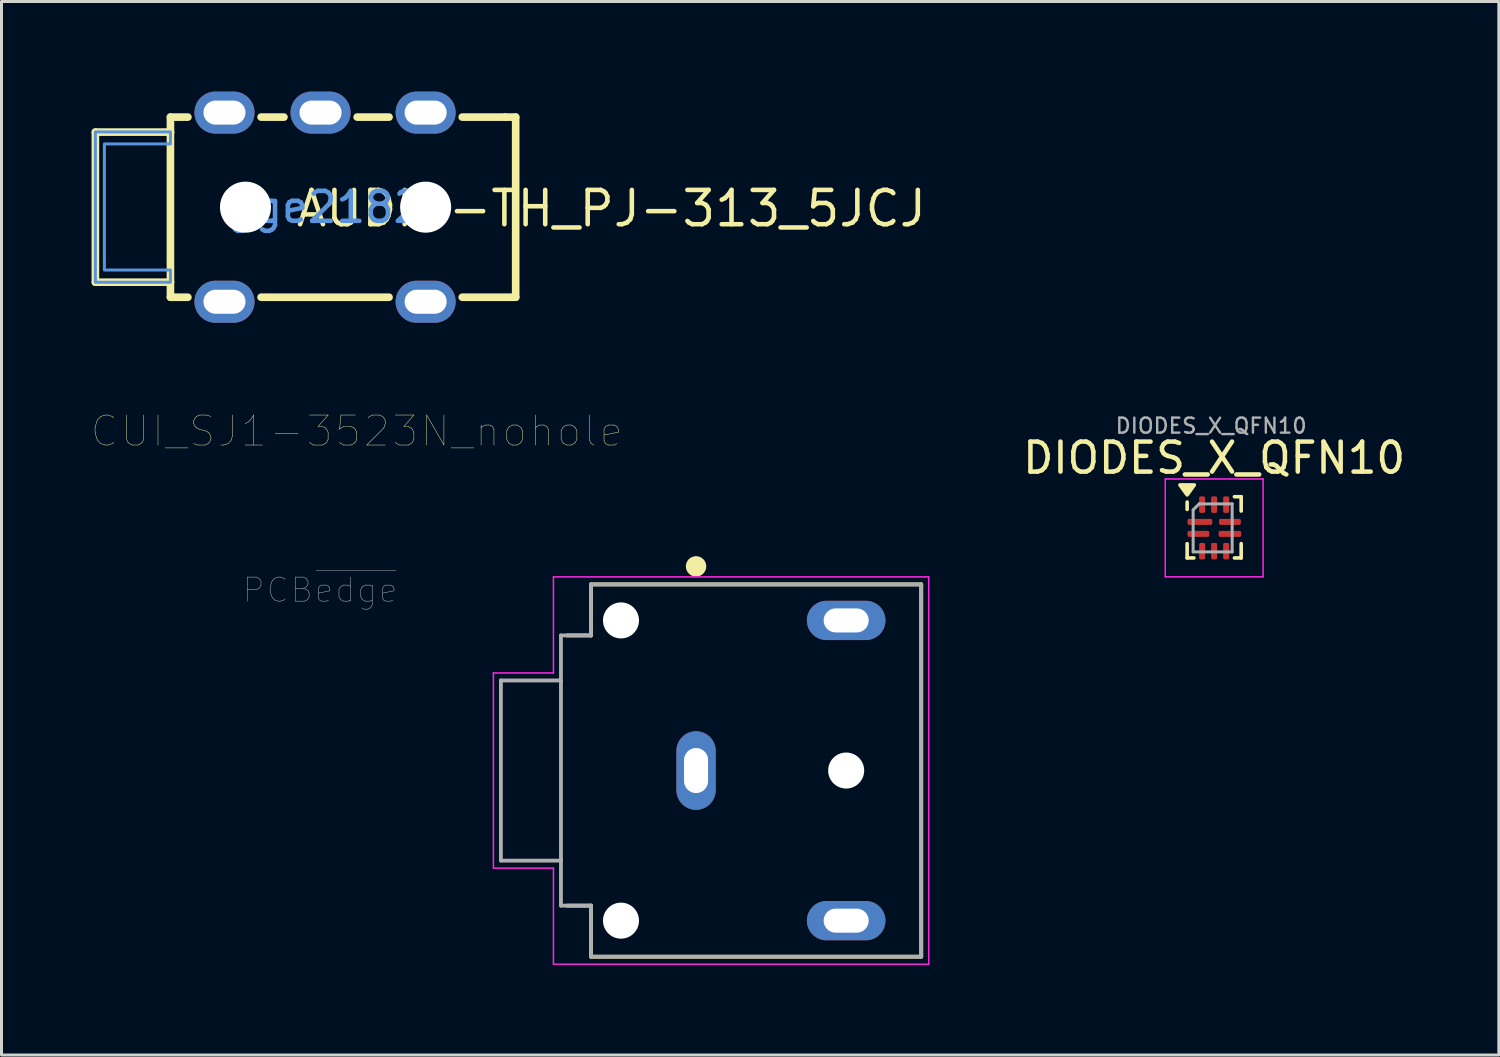
<source format=kicad_pcb>
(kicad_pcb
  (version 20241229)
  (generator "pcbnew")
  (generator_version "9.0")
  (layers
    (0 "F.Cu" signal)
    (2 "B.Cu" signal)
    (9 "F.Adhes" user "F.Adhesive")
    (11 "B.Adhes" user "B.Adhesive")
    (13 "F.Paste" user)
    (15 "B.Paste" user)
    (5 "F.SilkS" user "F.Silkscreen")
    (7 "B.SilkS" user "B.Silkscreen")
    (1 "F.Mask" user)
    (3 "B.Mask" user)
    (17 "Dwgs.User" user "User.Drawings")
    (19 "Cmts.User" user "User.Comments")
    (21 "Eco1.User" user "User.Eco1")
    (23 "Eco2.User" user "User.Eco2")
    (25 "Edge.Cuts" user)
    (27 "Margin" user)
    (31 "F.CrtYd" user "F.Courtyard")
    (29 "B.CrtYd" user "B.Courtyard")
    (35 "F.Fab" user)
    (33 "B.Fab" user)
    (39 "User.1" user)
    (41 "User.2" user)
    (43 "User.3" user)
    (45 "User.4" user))
  (footprint "DIODES_X_QFN10"
    (layer "F.Cu")
    (at 37.391 14.533)
    (property "Reference" "DIODES_X_QFN10" (at 0 -2.33 0) (layer "F.SilkS") (effects (font (size 1 1) (thickness 0.15))))
    (attr smd)
    (fp_line (start -0.9 -0.615) (end -0.9 -0.86) (stroke (width 0.12) (type solid)) (layer "F.SilkS"))
    (fp_line (start -0.9 1) (end -0.9 0.525) (stroke (width 0.12) (type solid)) (layer "F.SilkS"))
    (fp_line (start -0.675 1) (end -0.9 1) (stroke (width 0.12) (type solid)) (layer "F.SilkS"))
    (fp_line (start 0.675 -1.038) (end 0.9 -1.038) (stroke (width 0.12) (type solid)) (layer "F.SilkS"))
    (fp_line (start 0.675 1) (end 0.9 1) (stroke (width 0.12) (type solid)) (layer "F.SilkS"))
    (fp_line (start 0.9 -1.038) (end 0.9 -0.562) (stroke (width 0.12) (type solid)) (layer "F.SilkS"))
    (fp_line (start 0.9 1) (end 0.9 0.525) (stroke (width 0.12) (type solid)) (layer "F.SilkS"))
    (fp_poly (pts (xy -0.9 -1.1) (xy -1.14 -1.43) (xy -0.66 -1.43) (xy -0.9 -1.1)) (stroke (width 0.12) (type solid)) (fill yes) (layer "F.SilkS"))
    (fp_line (start -1.63 -1.63) (end -1.63 1.63) (stroke (width 0.05) (type solid)) (layer "F.CrtYd"))
    (fp_line (start -1.63 1.63) (end 1.63 1.63) (stroke (width 0.05) (type solid)) (layer "F.CrtYd"))
    (fp_line (start 1.63 -1.63) (end -1.63 -1.63) (stroke (width 0.05) (type solid)) (layer "F.CrtYd"))
    (fp_line (start 1.63 1.63) (end 1.63 -1.63) (stroke (width 0.05) (type solid)) (layer "F.CrtYd"))
    (fp_line (start -0.7 -0.6) (end -0.5 -0.8) (stroke (width 0.1) (type solid)) (layer "F.Fab"))
    (fp_line (start -0.7 0.8) (end -0.7 -0.6) (stroke (width 0.1) (type solid)) (layer "F.Fab"))
    (fp_line (start -0.5 -0.8) (end 0.6 -0.8) (stroke (width 0.1) (type solid)) (layer "F.Fab"))
    (fp_line (start 0.6 -0.8) (end 0.6 0.8) (stroke (width 0.1) (type solid)) (layer "F.Fab"))
    (fp_line (start 0.6 0.8) (end -0.7 0.8) (stroke (width 0.1) (type solid)) (layer "F.Fab"))
    (fp_text user "${REFERENCE}" (at -0.1 -3.4 0) (layer "F.Fab") (effects (font (size 0.5 0.5) (thickness 0.08))))
    (pad "1" smd roundrect (at -0.475 -0.2) (size 0.825 0.2) (layers "F.Cu" "F.Mask" "F.Paste") (roundrect_rratio 0.25))
    (pad "2" smd roundrect (at -0.525 0.2) (size 0.725 0.2) (layers "F.Cu" "F.Mask" "F.Paste") (roundrect_rratio 0.25))
    (pad "3" smd roundrect (at -0.4 0.775) (size 0.2 0.55) (layers "F.Cu" "F.Mask" "F.Paste") (roundrect_rratio 0.25))
    (pad "4" smd roundrect (at 0 0.775) (size 0.2 0.55) (layers "F.Cu" "F.Mask" "F.Paste") (roundrect_rratio 0.25))
    (pad "5" smd roundrect (at 0.4 0.775) (size 0.2 0.55) (layers "F.Cu" "F.Mask" "F.Paste") (roundrect_rratio 0.25))
    (pad "6" smd roundrect (at 0.525 0.2) (size 0.75 0.2) (layers "F.Cu" "F.Mask" "F.Paste") (roundrect_rratio 0.25))
    (pad "7" smd roundrect (at 0.525 -0.2) (size 0.725 0.2) (layers "F.Cu" "F.Mask" "F.Paste") (roundrect_rratio 0.25))
    (pad "8" smd roundrect (at 0.4 -0.775) (size 0.2 0.55) (layers "F.Cu" "F.Mask" "F.Paste") (roundrect_rratio 0.25))
    (pad "9" smd roundrect (at 0 -0.775) (size 0.2 0.55) (layers "F.Cu" "F.Mask" "F.Paste") (roundrect_rratio 0.25))
    (pad "10" smd roundrect (at -0.4 -0.775) (size 0.2 0.55) (layers "F.Cu" "F.Mask" "F.Paste") (roundrect_rratio 0.25)))
  (footprint "CUI_SJ1-3523N_nohole"
    (layer "F.Cu")
    (at 20.134 22.615)
    (property "Reference" "CUI_SJ1-3523N_nohole" (at -11.303 -11.303 180) (layer "F.SilkS") (effects (font (size 1 1) (thickness 0.015))))
    (attr through_hole)
    (fp_line (start -3.5 -6.2) (end -3.5 -4.5) (stroke (width 0.127) (type solid)) (layer "F.SilkS"))
    (fp_line (start -3.5 -4.5) (end -4.3 -4.5) (stroke (width 0.127) (type solid)) (layer "F.SilkS"))
    (fp_line (start -3.5 4.5) (end -4.3 4.5) (stroke (width 0.127) (type solid)) (layer "F.SilkS"))
    (fp_line (start -3.5 4.5) (end -3.5 6.2) (stroke (width 0.127) (type solid)) (layer "F.SilkS"))
    (fp_line (start 7.5 -6.2) (end -3.5 -6.2) (stroke (width 0.127) (type solid)) (layer "F.SilkS"))
    (fp_line (start 7.5 -6.2) (end 7.5 6.2) (stroke (width 0.127) (type solid)) (layer "F.SilkS"))
    (fp_line (start 7.5 6.2) (end -3.5 6.2) (stroke (width 0.127) (type solid)) (layer "F.SilkS"))
    (fp_circle (center 0 -6.8) (end 0.17 -6.8) (stroke (width 0.34) (type solid)) (fill no) (layer "F.SilkS"))
    (fp_line (start -6.75 -3.25) (end -6.75 3.25) (stroke (width 0.05) (type solid)) (layer "F.CrtYd"))
    (fp_line (start -6.75 3.25) (end -4.75 3.25) (stroke (width 0.05) (type solid)) (layer "F.CrtYd"))
    (fp_line (start -4.75 -6.45) (end -4.75 -3.25) (stroke (width 0.05) (type solid)) (layer "F.CrtYd"))
    (fp_line (start -4.75 -6.45) (end 7.75 -6.45) (stroke (width 0.05) (type solid)) (layer "F.CrtYd"))
    (fp_line (start -4.75 -3.25) (end -6.75 -3.25) (stroke (width 0.05) (type solid)) (layer "F.CrtYd"))
    (fp_line (start -4.75 3.25) (end -4.75 6.45) (stroke (width 0.05) (type solid)) (layer "F.CrtYd"))
    (fp_line (start 7.75 -6.45) (end 7.75 6.45) (stroke (width 0.05) (type solid)) (layer "F.CrtYd"))
    (fp_line (start 7.75 6.45) (end -4.75 6.45) (stroke (width 0.05) (type solid)) (layer "F.CrtYd"))
    (fp_line (start -6.5 -3) (end -6.5 3) (stroke (width 0.127) (type solid)) (layer "F.Fab"))
    (fp_line (start -6.5 3) (end -4.5 3) (stroke (width 0.127) (type solid)) (layer "F.Fab"))
    (fp_line (start -4.5 -6) (end -4.5 -2) (stroke (width 0.0001) (type solid)) (layer "F.Fab"))
    (fp_line (start -4.5 -4.5) (end -4.5 -3) (stroke (width 0.127) (type solid)) (layer "F.Fab"))
    (fp_line (start -4.5 -3) (end -6.5 -3) (stroke (width 0.127) (type solid)) (layer "F.Fab"))
    (fp_line (start -4.5 -3) (end -4.5 3) (stroke (width 0.127) (type solid)) (layer "F.Fab"))
    (fp_line (start -4.5 -2) (end -3.3 -2) (stroke (width 0.0001) (type solid)) (layer "F.Fab"))
    (fp_line (start -4.5 2) (end -4.5 6) (stroke (width 0.0001) (type solid)) (layer "F.Fab"))
    (fp_line (start -4.5 3) (end -4.5 4.5) (stroke (width 0.127) (type solid)) (layer "F.Fab"))
    (fp_line (start -4.5 4.5) (end -3.5 4.5) (stroke (width 0.127) (type solid)) (layer "F.Fab"))
    (fp_line (start -3.5 -6.2) (end -3.5 -4.5) (stroke (width 0.127) (type solid)) (layer "F.Fab"))
    (fp_line (start -3.5 -4.5) (end -4.5 -4.5) (stroke (width 0.127) (type solid)) (layer "F.Fab"))
    (fp_line (start -3.5 4.5) (end -3.5 6.2) (stroke (width 0.127) (type solid)) (layer "F.Fab"))
    (fp_line (start -3.3 -2) (end -3.3 2) (stroke (width 0.0001) (type solid)) (layer "F.Fab"))
    (fp_line (start -3.3 2) (end -4.5 2) (stroke (width 0.0001) (type solid)) (layer "F.Fab"))
    (fp_line (start 7.5 -6.2) (end -3.5 -6.2) (stroke (width 0.127) (type solid)) (layer "F.Fab"))
    (fp_line (start 7.5 -6.2) (end 7.5 6.2) (stroke (width 0.127) (type solid)) (layer "F.Fab"))
    (fp_line (start 7.5 6.2) (end -3.5 6.2) (stroke (width 0.127) (type solid)) (layer "F.Fab"))
    (fp_text user "PCB~{edge}" (at -12.524 -6.012 180) (layer "Dwgs.User") (effects (font (size 0.802 0.802) (thickness 0.015))))
    (pad "" np_thru_hole circle (at -2.5 -5) (size 1.2 1.2) (drill 1.2) (layers "*.Cu" "*.Mask"))
    (pad "" np_thru_hole circle (at -2.5 5) (size 1.2 1.2) (drill 1.2) (layers "*.Cu" "*.Mask"))
    (pad "" np_thru_hole circle (at 5 0) (size 1.2 1.2) (drill 1.2) (layers "*.Cu" "*.Mask"))
    (pad "1" thru_hole oval (at 0 0) (size 1.308 2.616) (drill oval 0.8 1.5) (layers "*.Cu" "*.Mask"))
    (pad "2" thru_hole oval (at 5 5) (size 2.616 1.308) (drill oval 1.5 0.8) (layers "*.Cu" "*.Mask"))
    (pad "3" thru_hole oval (at 5 -5) (size 2.616 1.308) (drill oval 1.5 0.8) (layers "*.Cu" "*.Mask")))
  (footprint "AUDIO-TH_PJ-313_5JCJ"
    (layer "F.Cu")
    (at 7.777 3.85)
    (property "Reference" "AUDIO-TH_PJ-313_5JCJ" (at -1.04 0.047 0) (layer "F.SilkS") (effects (font (size 1.143 1.143) (thickness 0.152)) (justify left)))
    (attr through_hole)
    (fp_line (start -7.65 -2.5) (end -7.65 2.5) (stroke (width 0.254) (type solid)) (layer "F.SilkS"))
    (fp_line (start -7.65 -2.5) (end -5.15 -2.5) (stroke (width 0.254) (type solid)) (layer "F.SilkS"))
    (fp_line (start -7.65 2.5) (end -5.15 2.5) (stroke (width 0.254) (type solid)) (layer "F.SilkS"))
    (fp_line (start -5.15 -3) (end -4.569 -3) (stroke (width 0.254) (type solid)) (layer "F.SilkS"))
    (fp_line (start -5.15 -2.5) (end -5.15 -2.487) (stroke (width 0.254) (type solid)) (layer "F.SilkS"))
    (fp_line (start -5.15 2.5) (end -5.15 -3) (stroke (width 0.254) (type solid)) (layer "F.SilkS"))
    (fp_line (start -5.15 3) (end -5.15 2.5) (stroke (width 0.254) (type solid)) (layer "F.SilkS"))
    (fp_line (start -4.569 3) (end -5.15 3) (stroke (width 0.254) (type solid)) (layer "F.SilkS"))
    (fp_line (start -2.131 -3) (end -1.369 -3) (stroke (width 0.254) (type solid)) (layer "F.SilkS"))
    (fp_line (start 1.069 -3) (end 2.131 -3) (stroke (width 0.254) (type solid)) (layer "F.SilkS"))
    (fp_line (start 2.131 3) (end -2.131 3) (stroke (width 0.254) (type solid)) (layer "F.SilkS"))
    (fp_line (start 4.569 -3) (end 6 -3) (stroke (width 0.254) (type solid)) (layer "F.SilkS"))
    (fp_line (start 6.001 -3) (end 6.349 -3) (stroke (width 0.254) (type solid)) (layer "F.SilkS"))
    (fp_line (start 6.349 -3) (end 6.349 3) (stroke (width 0.254) (type solid)) (layer "F.SilkS"))
    (fp_line (start 6.349 3) (end 4.569 3) (stroke (width 0.254) (type solid)) (layer "F.SilkS"))
    (fp_circle (center -2.65 0) (end -2.275 0) (stroke (width 0.75) (type solid)) (fill no) (layer "Cmts.User"))
    (fp_circle (center 3.35 0) (end 3.725 0) (stroke (width 0.75) (type solid)) (fill no) (layer "Cmts.User"))
    (fp_poly (pts (xy -5.15 -2.506) (xy -7.65 -2.506) (xy -7.65 -2.5) (xy -7.65 2.5) (xy -5.15 2.5) (xy -5.15 2.094) (xy -7.35 2.094) (xy -7.35 -2.106) (xy -5.15 -2.106)) (stroke (width 0.1) (type solid)) (fill no) (layer "Cmts.User"))
    (fp_text user "gge2182" (at 0 0 0) (layer "Cmts.User") (effects (font (size 1 1) (thickness 0.15))))
    (pad "" np_thru_hole circle (at -2.65 0) (size 1.7 1.7) (drill 1.7) (layers "*.Cu" "*.Mask"))
    (pad "" np_thru_hole circle (at 3.35 0) (size 1.7 1.7) (drill 1.7) (layers "*.Cu" "*.Mask"))
    (pad "R" thru_hole oval (at -0.15 -3.15 90) (size 1.4 2) (drill oval 0.8 1.4) (layers "*.Cu" "*.Mask"))
    (pad "S" thru_hole oval (at -3.35 -3.15 90) (size 1.4 2) (drill oval 0.8 1.4) (layers "*.Cu" "*.Mask"))
    (pad "S" thru_hole oval (at -3.35 3.15 90) (size 1.4 2) (drill oval 0.8 1.4) (layers "*.Cu" "*.Mask"))
    (pad "T" thru_hole oval (at 3.35 -3.15 90) (size 1.4 2) (drill oval 0.8 1.4) (layers "*.Cu" "*.Mask"))
    (pad "T" thru_hole oval (at 3.35 3.15 90) (size 1.4 2) (drill oval 0.8 1.4) (layers "*.Cu" "*.Mask")))
  (gr_rect
    (start -3 -3)
    (end 46.873 32.09)
    (stroke (width 0.1) (type default))
    (fill no)
    (layer "Edge.Cuts")))
</source>
